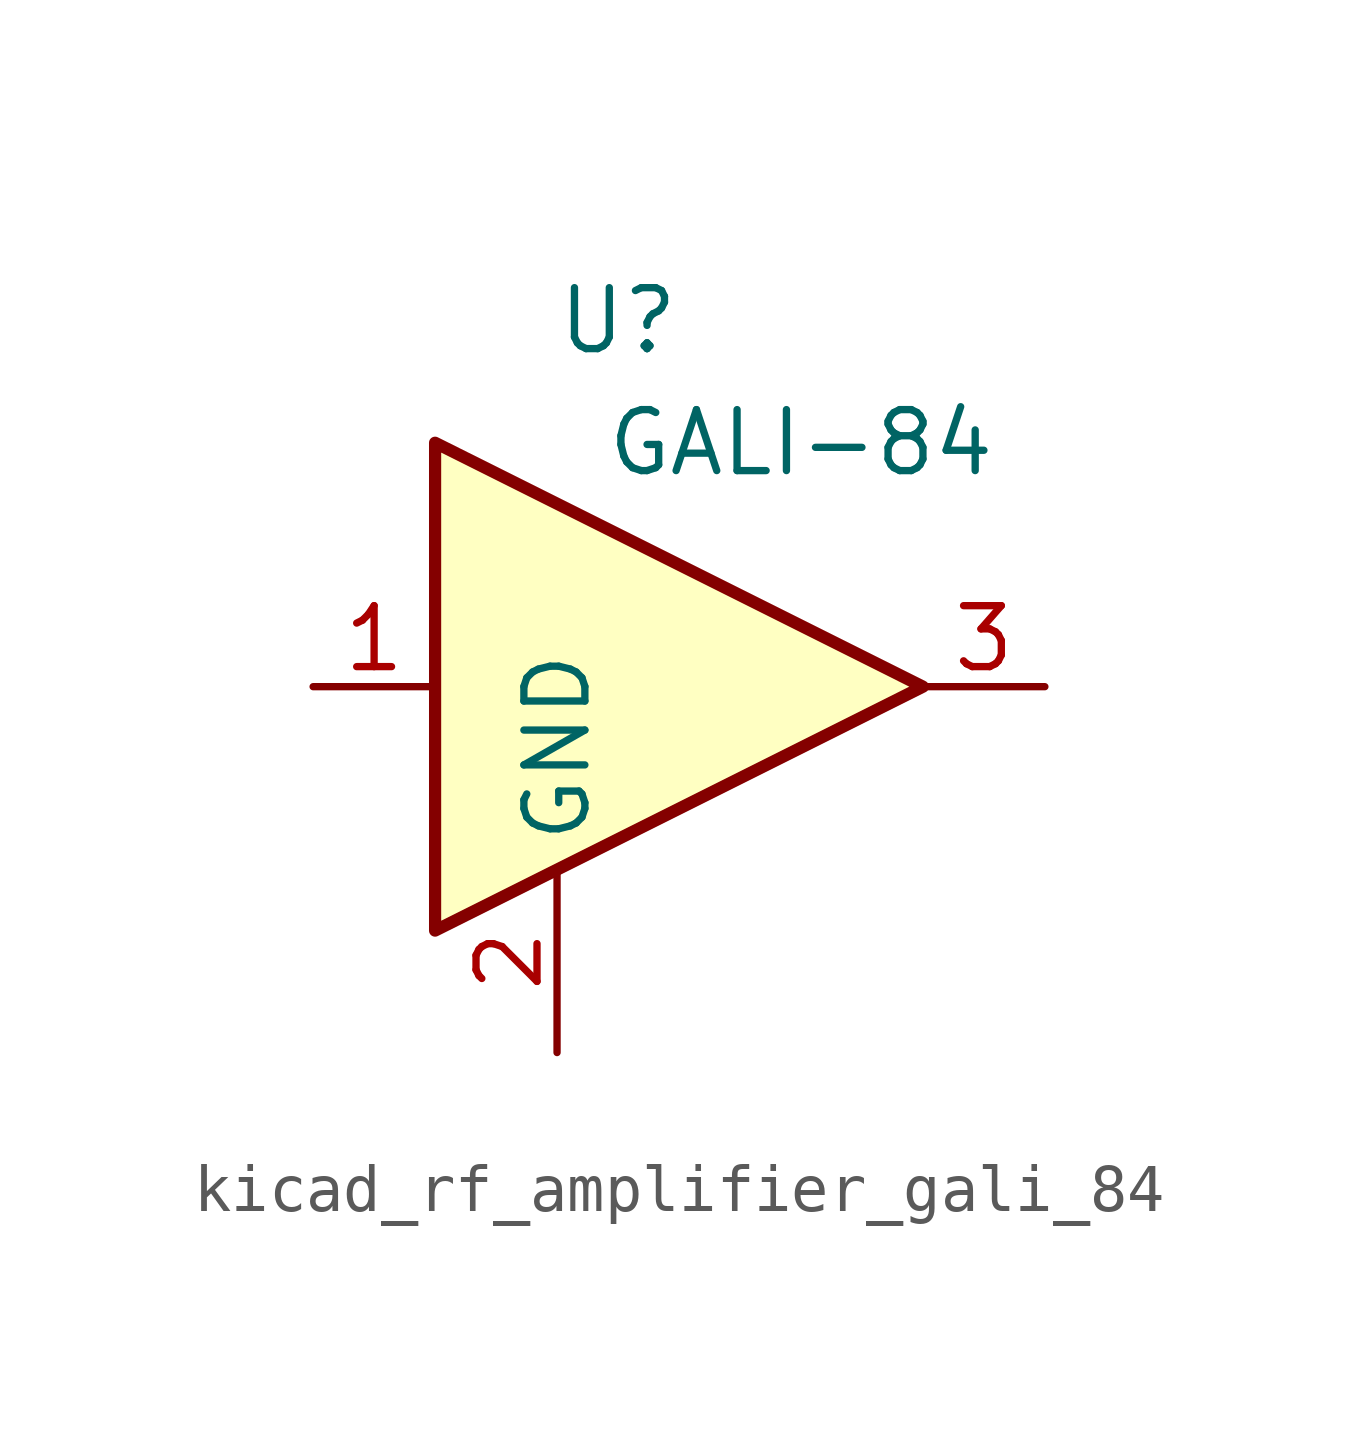
<source format=kicad_sym>
(kicad_symbol_lib
  (version 20220914)
  (generator kicad_symbol_editor)
  (symbol "kicad_rf_amplifier_gali_84"
    (property "Reference" "U"
      (at -1.27 7.62 0)
      (effects (font (size 1.27 1.27))))
    (property "Value" "GALI-84"
      (at 2.54 5.08 0)
      (effects (font (size 1.27 1.27))))
    (symbol "kicad_rf_amplifier_gali_84_0_1"
      (polyline (pts (xy 5.08 0) (xy -5.08 5.08) (xy -5.08 -5.08) (xy 5.08 0)) (stroke (width 0.254) (type default)) (fill (type background))))
    (symbol "kicad_rf_amplifier_gali_84_1_1"
      (pin input line (at -7.62 0 0) (length 2.54) (name "~" (effects (font (size 1.27 1.27)))) (number "1" (effects (font (size 1.27 1.27)))))
      (pin power_in line (at -2.54 -7.62 90) (length 3.81) (name "GND" (effects (font (size 1.27 1.27)))) (number "2" (effects (font (size 1.27 1.27)))))
      (pin output line (at 7.62 0 180) (length 2.54) (name "~" (effects (font (size 1.27 1.27)))) (number "3" (effects (font (size 1.27 1.27))))))))
</source>
